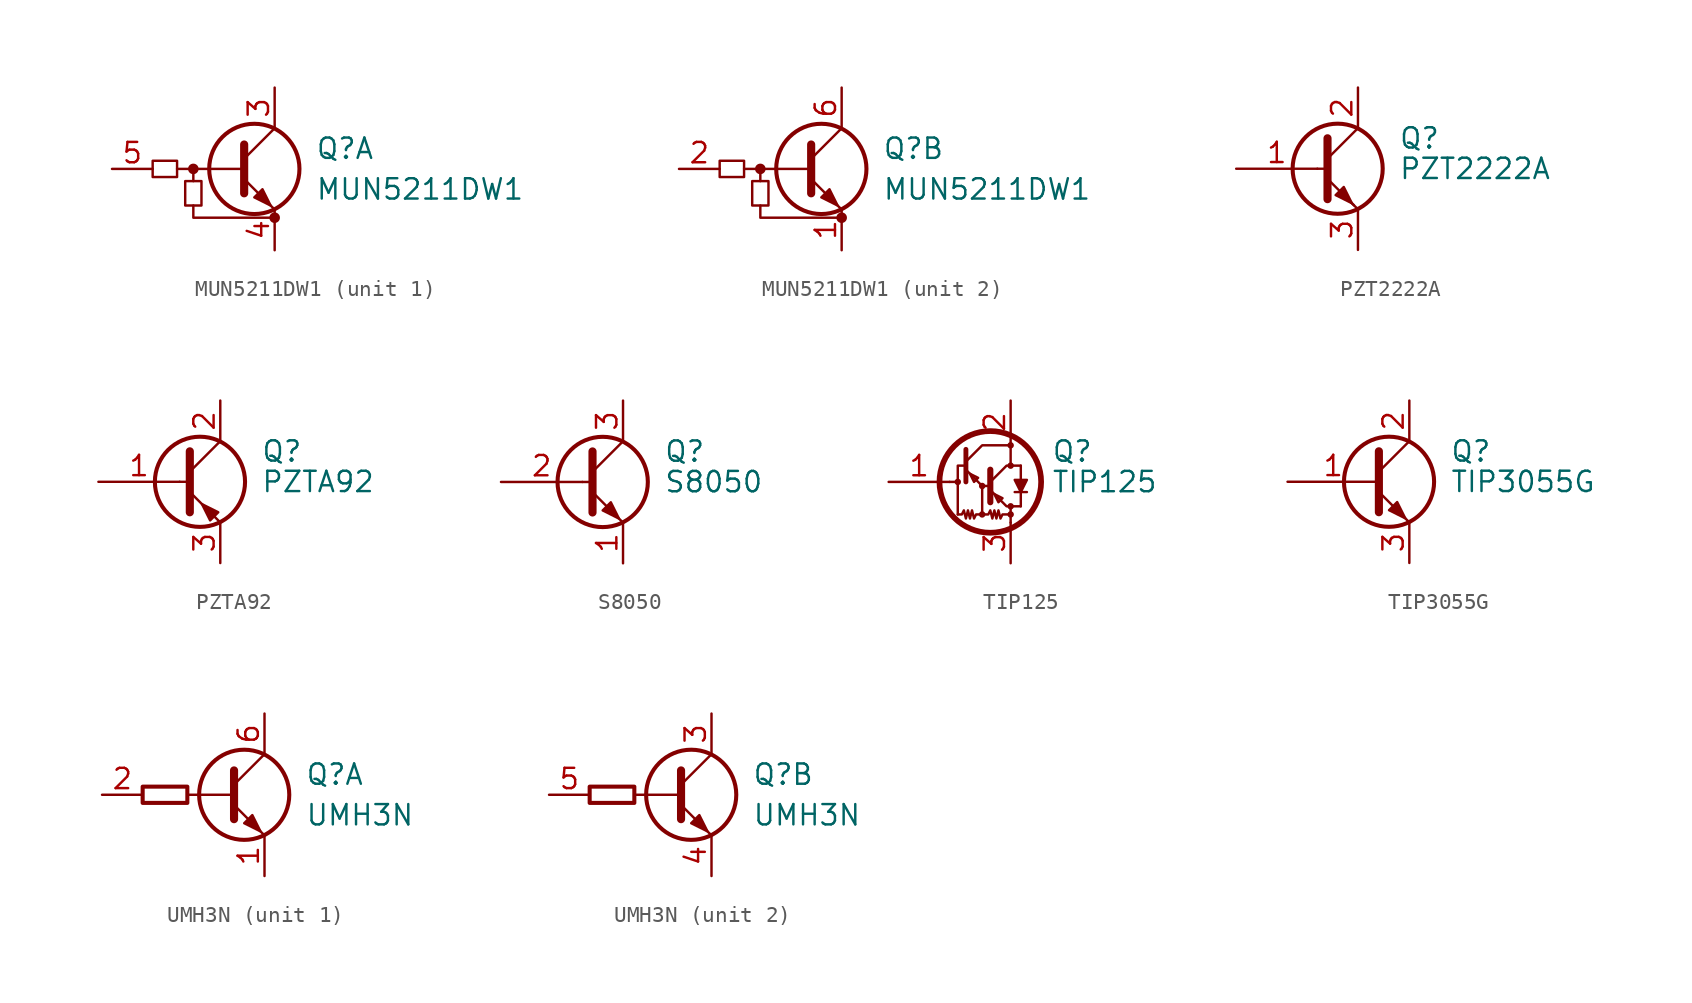
<source format=kicad_sym>
(kicad_symbol_lib
  (version 20211014)
  (generator kicad_symbol_editor)
  (symbol "MUN5211DW1"
    (pin_names hide)
    (property "Reference" "Q"
      (at 3.81 1.27 0)
      (effects (font (size 1.27 1.27)) (justify left)))
    (property "Value" "MUN5211DW1"
      (at 3.81 -1.27 0)
      (effects (font (size 1.27 1.27)) (justify left)))
    (symbol "MUN5211DW1_0_1"
      (rectangle (start -6.35 0.508) (end -4.826 -0.508) (stroke (width 0) (type default) (color 0 0 0 0)) (fill (type none)))
      (rectangle (start -4.318 -2.286) (end -3.302 -0.762) (stroke (width 0) (type default) (color 0 0 0 0)) (fill (type none)))
      (circle (center -3.81 0) (radius 0.254) (stroke (width 0) (type default) (color 0 0 0 0)) (fill (type outline)))
      (polyline (pts (xy -3.81 -0.762) (xy -3.81 0)) (stroke (width 0) (type default) (color 0 0 0 0)) (fill (type none)))
      (polyline (pts (xy -0.762 0) (xy -4.826 0)) (stroke (width 0) (type default) (color 0 0 0 0)) (fill (type none)))
      (polyline (pts (xy -0.635 1.524) (xy -0.635 -1.524)) (stroke (width 0.508) (type default) (color 0 0 0 0)) (fill (type none)))
      (polyline (pts (xy -3.81 -2.286) (xy -3.81 -3.048) (xy 1.27 -3.048)) (stroke (width 0) (type default) (color 0 0 0 0)) (fill (type none)))
      (circle (center 1.27 -3.048) (radius 0.254) (stroke (width 0) (type default) (color 0 0 0 0)) (fill (type outline))))
    (symbol "MUN5211DW1_1_1"
      (polyline (pts (xy -0.635 0.635) (xy 1.27 2.54)) (stroke (width 0) (type default) (color 0 0 0 0)) (fill (type none)))
      (polyline (pts (xy -0.635 -0.635) (xy 1.27 -2.54) (xy 1.27 -2.54)) (stroke (width 0) (type default) (color 0 0 0 0)) (fill (type none)))
      (polyline (pts (xy 0 -1.778) (xy 0.508 -1.27) (xy 1.016 -2.286) (xy 0 -1.778) (xy 0 -1.778)) (stroke (width 0) (type default) (color 0 0 0 0)) (fill (type outline)))
      (circle (center 0 0) (radius 2.819) (stroke (width 0.254) (type default) (color 0 0 0 0)) (fill (type none)))
      (pin passive line (at 1.27 5.08 270) (length 2.54) (name "C1" (effects (font (size 1.27 1.27)))) (number "3" (effects (font (size 1.27 1.27)))))
      (pin passive line (at 1.27 -5.08 90) (length 2.54) (name "E1" (effects (font (size 1.27 1.27)))) (number "4" (effects (font (size 1.27 1.27)))))
      (pin input line (at -8.89 0 0) (length 2.54) (name "B1" (effects (font (size 1.27 1.27)))) (number "5" (effects (font (size 1.27 1.27))))))
    (symbol "MUN5211DW1_2_1"
      (polyline (pts (xy -0.635 0.635) (xy 1.27 2.54)) (stroke (width 0) (type default) (color 0 0 0 0)) (fill (type none)))
      (polyline (pts (xy -0.635 -0.635) (xy 1.27 -2.54) (xy 1.27 -2.54)) (stroke (width 0) (type default) (color 0 0 0 0)) (fill (type none)))
      (polyline (pts (xy 0 -1.778) (xy 0.508 -1.27) (xy 1.016 -2.286) (xy 0 -1.778) (xy 0 -1.778)) (stroke (width 0) (type default) (color 0 0 0 0)) (fill (type outline)))
      (circle (center 0 0) (radius 2.819) (stroke (width 0.254) (type default) (color 0 0 0 0)) (fill (type none)))
      (pin passive line (at 1.27 -5.08 90) (length 2.54) (name "E2" (effects (font (size 1.27 1.27)))) (number "1" (effects (font (size 1.27 1.27)))))
      (pin input line (at -8.89 0 0) (length 2.54) (name "B2" (effects (font (size 1.27 1.27)))) (number "2" (effects (font (size 1.27 1.27)))))
      (pin passive line (at 1.27 5.08 270) (length 2.54) (name "C2" (effects (font (size 1.27 1.27)))) (number "6" (effects (font (size 1.27 1.27)))))))
  (symbol "PZT2222A"
    (pin_names
      (offset 0) hide)
    (property "Reference" "Q"
      (at 5.08 1.905 0)
      (effects (font (size 1.27 1.27)) (justify left)))
    (property "Value" "PZT2222A"
      (at 5.08 0 0)
      (effects (font (size 1.27 1.27)) (justify left)))
    (symbol "PZT2222A_0_1"
      (polyline (pts (xy 0 0) (xy 0.635 0)) (stroke (width 0) (type default) (color 0 0 0 0)) (fill (type none)))
      (polyline (pts (xy 2.54 -2.54) (xy 0.635 -0.635)) (stroke (width 0) (type default) (color 0 0 0 0)) (fill (type none)))
      (polyline (pts (xy 2.54 2.54) (xy 0.635 0.635)) (stroke (width 0) (type default) (color 0 0 0 0)) (fill (type none)))
      (polyline (pts (xy 0.635 1.905) (xy 0.635 -1.905) (xy 0.635 -1.905)) (stroke (width 0.508) (type default) (color 0 0 0 0)) (fill (type none)))
      (polyline (pts (xy 2.286 -2.286) (xy 1.778 -1.778) (xy 1.778 -1.778)) (stroke (width 0) (type default) (color 0 0 0 0)) (fill (type none)))
      (polyline (pts (xy 1.143 -1.651) (xy 1.651 -1.143) (xy 2.159 -2.159) (xy 1.143 -1.651) (xy 1.143 -1.651)) (stroke (width 0) (type default) (color 0 0 0 0)) (fill (type outline)))
      (circle (center 1.27 0) (radius 2.819) (stroke (width 0.254) (type default) (color 0 0 0 0)) (fill (type none))))
    (symbol "PZT2222A_1_1"
      (pin input line (at -5.08 0 0) (length 5.08) (name "B" (effects (font (size 1.27 1.27)))) (number "1" (effects (font (size 1.27 1.27)))))
      (pin passive line (at 2.54 5.08 270) (length 2.54) (name "C" (effects (font (size 1.27 1.27)))) (number "2" (effects (font (size 1.27 1.27)))))
      (pin passive line (at 2.54 -5.08 90) (length 2.54) (name "E" (effects (font (size 1.27 1.27)))) (number "3" (effects (font (size 1.27 1.27)))))))
  (symbol "PZTA92"
    (pin_names
      (offset 0) hide)
    (property "Reference" "Q"
      (at 5.08 1.905 0)
      (effects (font (size 1.27 1.27)) (justify left)))
    (property "Value" "PZTA92"
      (at 5.08 0 0)
      (effects (font (size 1.27 1.27)) (justify left)))
    (symbol "PZTA92_0_1"
      (polyline (pts (xy 0 0) (xy 0.635 0)) (stroke (width 0) (type default) (color 0 0 0 0)) (fill (type none)))
      (polyline (pts (xy 2.54 -2.54) (xy 0.635 -0.635)) (stroke (width 0) (type default) (color 0 0 0 0)) (fill (type none)))
      (polyline (pts (xy 2.54 2.54) (xy 0.635 0.635)) (stroke (width 0) (type default) (color 0 0 0 0)) (fill (type none)))
      (polyline (pts (xy 0.635 1.905) (xy 0.635 -1.905) (xy 0.635 -1.905)) (stroke (width 0.508) (type default) (color 0 0 0 0)) (fill (type outline)))
      (polyline (pts (xy 1.905 -2.413) (xy 2.413 -1.905) (xy 1.397 -1.397) (xy 1.905 -2.413) (xy 1.905 -2.413)) (stroke (width 0) (type default) (color 0 0 0 0)) (fill (type outline)))
      (circle (center 1.27 0) (radius 2.819) (stroke (width 0.254) (type default) (color 0 0 0 0)) (fill (type none))))
    (symbol "PZTA92_1_1"
      (pin input line (at -5.08 0 0) (length 5.08) (name "B" (effects (font (size 1.27 1.27)))) (number "1" (effects (font (size 1.27 1.27)))))
      (pin passive line (at 2.54 5.08 270) (length 2.54) (name "C" (effects (font (size 1.27 1.27)))) (number "2" (effects (font (size 1.27 1.27)))))
      (pin passive line (at 2.54 -5.08 90) (length 2.54) (name "E" (effects (font (size 1.27 1.27)))) (number "3" (effects (font (size 1.27 1.27)))))))
  (symbol "S8050"
    (pin_names
      (offset 0) hide)
    (property "Reference" "Q"
      (at 5.08 1.905 0)
      (effects (font (size 1.27 1.27)) (justify left)))
    (property "Value" "S8050"
      (at 5.08 0 0)
      (effects (font (size 1.27 1.27)) (justify left)))
    (symbol "S8050_0_1"
      (polyline (pts (xy 0 0) (xy 0.635 0)) (stroke (width 0) (type default) (color 0 0 0 0)) (fill (type none)))
      (polyline (pts (xy 0.635 0.635) (xy 2.54 2.54)) (stroke (width 0) (type default) (color 0 0 0 0)) (fill (type none)))
      (polyline (pts (xy 0.635 -0.635) (xy 2.54 -2.54) (xy 2.54 -2.54)) (stroke (width 0) (type default) (color 0 0 0 0)) (fill (type none)))
      (polyline (pts (xy 0.635 1.905) (xy 0.635 -1.905) (xy 0.635 -1.905)) (stroke (width 0.508) (type default) (color 0 0 0 0)) (fill (type none)))
      (polyline (pts (xy 1.27 -1.778) (xy 1.778 -1.27) (xy 2.286 -2.286) (xy 1.27 -1.778) (xy 1.27 -1.778)) (stroke (width 0) (type default) (color 0 0 0 0)) (fill (type outline)))
      (circle (center 1.27 0) (radius 2.819) (stroke (width 0.254) (type default) (color 0 0 0 0)) (fill (type none))))
    (symbol "S8050_1_1"
      (pin passive line (at 2.54 -5.08 90) (length 2.54) (name "E" (effects (font (size 1.27 1.27)))) (number "1" (effects (font (size 1.27 1.27)))))
      (pin input line (at -5.08 0 0) (length 5.08) (name "B" (effects (font (size 1.27 1.27)))) (number "2" (effects (font (size 1.27 1.27)))))
      (pin passive line (at 2.54 5.08 270) (length 2.54) (name "C" (effects (font (size 1.27 1.27)))) (number "3" (effects (font (size 1.27 1.27)))))))
  (symbol "TIP125"
    (pin_names
      (offset 0) hide)
    (property "Reference" "Q"
      (at 5.08 1.905 0)
      (effects (font (size 1.27 1.27)) (justify left)))
    (property "Value" "TIP125"
      (at 5.08 0 0)
      (effects (font (size 1.27 1.27)) (justify left)))
    (symbol "TIP125_0_1"
      (circle (center -0.762 0) (radius 0.127) (stroke (width 0) (type default) (color 0 0 0 0)) (fill (type none)))
      (polyline (pts (xy -1.27 0) (xy -0.889 0)) (stroke (width 0) (type default) (color 0 0 0 0)) (fill (type none)))
      (polyline (pts (xy 2.54 -2.032) (xy 2.54 -2.54)) (stroke (width 0) (type default) (color 0 0 0 0)) (fill (type none)))
      (polyline (pts (xy 2.54 -1.524) (xy 3.175 -1.524)) (stroke (width 0) (type default) (color 0 0 0 0)) (fill (type none)))
      (polyline (pts (xy 2.794 -0.635) (xy 3.556 -0.635)) (stroke (width 0) (type default) (color 0 0 0 0)) (fill (type none)))
      (polyline (pts (xy 3.175 -1.524) (xy 3.175 -0.635)) (stroke (width 0) (type default) (color 0 0 0 0)) (fill (type none)))
      (polyline (pts (xy 3.175 0.127) (xy 3.175 1.016)) (stroke (width 0) (type default) (color 0 0 0 0)) (fill (type none)))
      (polyline (pts (xy 3.175 1.016) (xy 2.54 1.016)) (stroke (width 0) (type default) (color 0 0 0 0)) (fill (type none)))
      (polyline (pts (xy -0.254 0.762) (xy 0.762 -0.254) (xy 1.27 -0.254)) (stroke (width 0) (type default) (color 0 0 0 0)) (fill (type none)))
      (polyline (pts (xy -0.254 1.016) (xy -0.762 1.016) (xy -0.762 -2.032)) (stroke (width 0) (type default) (color 0 0 0 0)) (fill (type none)))
      (polyline (pts (xy -0.254 1.27) (xy 0.762 2.286) (xy 2.54 2.286)) (stroke (width 0) (type default) (color 0 0 0 0)) (fill (type none)))
      (polyline (pts (xy -0.254 2.032) (xy -0.254 0) (xy -0.254 0)) (stroke (width 0.305) (type default) (color 0 0 0 0)) (fill (type none)))
      (polyline (pts (xy 1.27 0.762) (xy 1.27 -1.27) (xy 1.27 -1.27)) (stroke (width 0.381) (type default) (color 0 0 0 0)) (fill (type none)))
      (polyline (pts (xy 0 0.508) (xy 0.254 0) (xy 0.508 0.254) (xy 0 0.508)) (stroke (width 0) (type default) (color 0 0 0 0)) (fill (type none)))
      (polyline (pts (xy 1.27 -0.508) (xy 2.286 -1.524) (xy 2.54 -1.524) (xy 2.54 -2.032)) (stroke (width 0) (type default) (color 0 0 0 0)) (fill (type none)))
      (polyline (pts (xy 1.27 0) (xy 2.286 1.016) (xy 2.54 1.016) (xy 2.54 2.286)) (stroke (width 0) (type default) (color 0 0 0 0)) (fill (type none)))
      (polyline (pts (xy 1.524 -0.762) (xy 1.778 -1.27) (xy 2.032 -1.016) (xy 1.524 -0.762)) (stroke (width 0) (type default) (color 0 0 0 0)) (fill (type none)))
      (polyline (pts (xy 3.175 -0.635) (xy 2.794 0.127) (xy 3.556 0.127) (xy 3.175 -0.635)) (stroke (width 0) (type default) (color 0 0 0 0)) (fill (type outline)))
      (polyline (pts (xy 0.762 -2.032) (xy 0.381 -2.032) (xy 0.254 -2.286) (xy 0.127 -1.778) (xy 0 -2.286) (xy -0.127 -1.778) (xy -0.254 -2.286) (xy -0.381 -1.778) (xy -0.508 -2.032) (xy -0.762 -2.032)) (stroke (width 0) (type default) (color 0 0 0 0)) (fill (type none)))
      (polyline (pts (xy 0.762 -0.254) (xy 0.762 -2.032) (xy 1.143 -2.032) (xy 1.27 -1.778) (xy 1.397 -2.286) (xy 1.524 -1.778) (xy 1.651 -2.286) (xy 1.778 -1.778) (xy 1.905 -2.286) (xy 2.032 -2.032) (xy 2.54 -2.032)) (stroke (width 0) (type default) (color 0 0 0 0)) (fill (type none)))
      (circle (center 0.762 -2.032) (radius 0.127) (stroke (width 0) (type default) (color 0 0 0 0)) (fill (type none)))
      (circle (center 0.762 -0.254) (radius 0.127) (stroke (width 0) (type default) (color 0 0 0 0)) (fill (type none)))
      (circle (center 1.27 0) (radius 3.175) (stroke (width 0.356) (type default) (color 0 0 0 0)) (fill (type none)))
      (circle (center 2.54 -2.032) (radius 0.127) (stroke (width 0) (type default) (color 0 0 0 0)) (fill (type none)))
      (circle (center 2.54 -1.524) (radius 0.127) (stroke (width 0) (type default) (color 0 0 0 0)) (fill (type none)))
      (circle (center 2.54 1.016) (radius 0.127) (stroke (width 0) (type default) (color 0 0 0 0)) (fill (type none)))
      (circle (center 2.54 2.286) (radius 0.127) (stroke (width 0) (type default) (color 0 0 0 0)) (fill (type none))))
    (symbol "TIP125_1_1"
      (pin input line (at -5.08 0 0) (length 3.81) (name "B" (effects (font (size 1.27 1.27)))) (number "1" (effects (font (size 1.27 1.27)))))
      (pin passive line (at 2.54 5.08 270) (length 2.667) (name "C" (effects (font (size 1.27 1.27)))) (number "2" (effects (font (size 1.27 1.27)))))
      (pin passive line (at 2.54 -5.08 90) (length 2.54) (name "E" (effects (font (size 1.27 1.27)))) (number "3" (effects (font (size 1.27 1.27)))))))
  (symbol "TIP3055G"
    (pin_names
      (offset 0) hide)
    (property "Reference" "Q"
      (at 5.08 1.905 0)
      (effects (font (size 1.27 1.27)) (justify left)))
    (property "Value" "TIP3055G"
      (at 5.08 0 0)
      (effects (font (size 1.27 1.27)) (justify left)))
    (symbol "TIP3055G_0_1"
      (polyline (pts (xy 0.635 0.635) (xy 2.54 2.54)) (stroke (width 0) (type default) (color 0 0 0 0)) (fill (type none)))
      (polyline (pts (xy 0.635 -0.635) (xy 2.54 -2.54) (xy 2.54 -2.54)) (stroke (width 0) (type default) (color 0 0 0 0)) (fill (type none)))
      (polyline (pts (xy 0.635 1.905) (xy 0.635 -1.905) (xy 0.635 -1.905)) (stroke (width 0.508) (type default) (color 0 0 0 0)) (fill (type none)))
      (polyline (pts (xy 1.27 -1.778) (xy 1.778 -1.27) (xy 2.286 -2.286) (xy 1.27 -1.778) (xy 1.27 -1.778)) (stroke (width 0) (type default) (color 0 0 0 0)) (fill (type outline)))
      (circle (center 1.27 0) (radius 2.819) (stroke (width 0.254) (type default) (color 0 0 0 0)) (fill (type none))))
    (symbol "TIP3055G_1_1"
      (pin input line (at -5.08 0 0) (length 5.715) (name "B" (effects (font (size 1.27 1.27)))) (number "1" (effects (font (size 1.27 1.27)))))
      (pin passive line (at 2.54 5.08 270) (length 2.54) (name "C" (effects (font (size 1.27 1.27)))) (number "2" (effects (font (size 1.27 1.27)))))
      (pin passive line (at 2.54 -5.08 90) (length 2.54) (name "E" (effects (font (size 1.27 1.27)))) (number "3" (effects (font (size 1.27 1.27)))))))
  (symbol "UMH3N"
    (pin_names hide)
    (property "Reference" "Q"
      (at 7.62 1.27 0)
      (effects (font (size 1.27 1.27)) (justify left)))
    (property "Value" "UMH3N"
      (at 7.62 -1.27 0)
      (effects (font (size 1.27 1.27)) (justify left)))
    (symbol "UMH3N_0_1"
      (polyline (pts (xy 3.175 0) (xy 0.254 0)) (stroke (width 0) (type default) (color 0 0 0 0)) (fill (type none)))
      (polyline (pts (xy 3.175 0.635) (xy 5.08 2.54)) (stroke (width 0) (type default) (color 0 0 0 0)) (fill (type none)))
      (polyline (pts (xy 3.175 1.524) (xy 3.175 -1.524)) (stroke (width 0.508) (type default) (color 0 0 0 0)) (fill (type none)))
      (polyline (pts (xy 3.175 -0.635) (xy 5.08 -2.54) (xy 5.08 -2.54)) (stroke (width 0) (type default) (color 0 0 0 0)) (fill (type none)))
      (polyline (pts (xy 3.81 -1.778) (xy 4.318 -1.27) (xy 4.826 -2.286) (xy 3.81 -1.778) (xy 3.81 -1.778)) (stroke (width 0) (type default) (color 0 0 0 0)) (fill (type outline)))
      (rectangle (start 0.254 0.508) (end -2.54 -0.508) (stroke (width 0.254) (type default) (color 0 0 0 0)) (fill (type none)))
      (circle (center 3.81 0) (radius 2.819) (stroke (width 0.254) (type default) (color 0 0 0 0)) (fill (type none))))
    (symbol "UMH3N_1_1"
      (pin passive line (at 5.08 -5.08 90) (length 2.54) (name "E1" (effects (font (size 1.27 1.27)))) (number "1" (effects (font (size 1.27 1.27)))))
      (pin input line (at -5.08 0 0) (length 2.54) (name "B1" (effects (font (size 1.27 1.27)))) (number "2" (effects (font (size 1.27 1.27)))))
      (pin passive line (at 5.08 5.08 270) (length 2.54) (name "C1" (effects (font (size 1.27 1.27)))) (number "6" (effects (font (size 1.27 1.27))))))
    (symbol "UMH3N_2_1"
      (pin passive line (at 5.08 5.08 270) (length 2.54) (name "C2" (effects (font (size 1.27 1.27)))) (number "3" (effects (font (size 1.27 1.27)))))
      (pin passive line (at 5.08 -5.08 90) (length 2.54) (name "E2" (effects (font (size 1.27 1.27)))) (number "4" (effects (font (size 1.27 1.27)))))
      (pin input line (at -5.08 0 0) (length 2.54) (name "B2" (effects (font (size 1.27 1.27)))) (number "5" (effects (font (size 1.27 1.27))))))))
</source>
